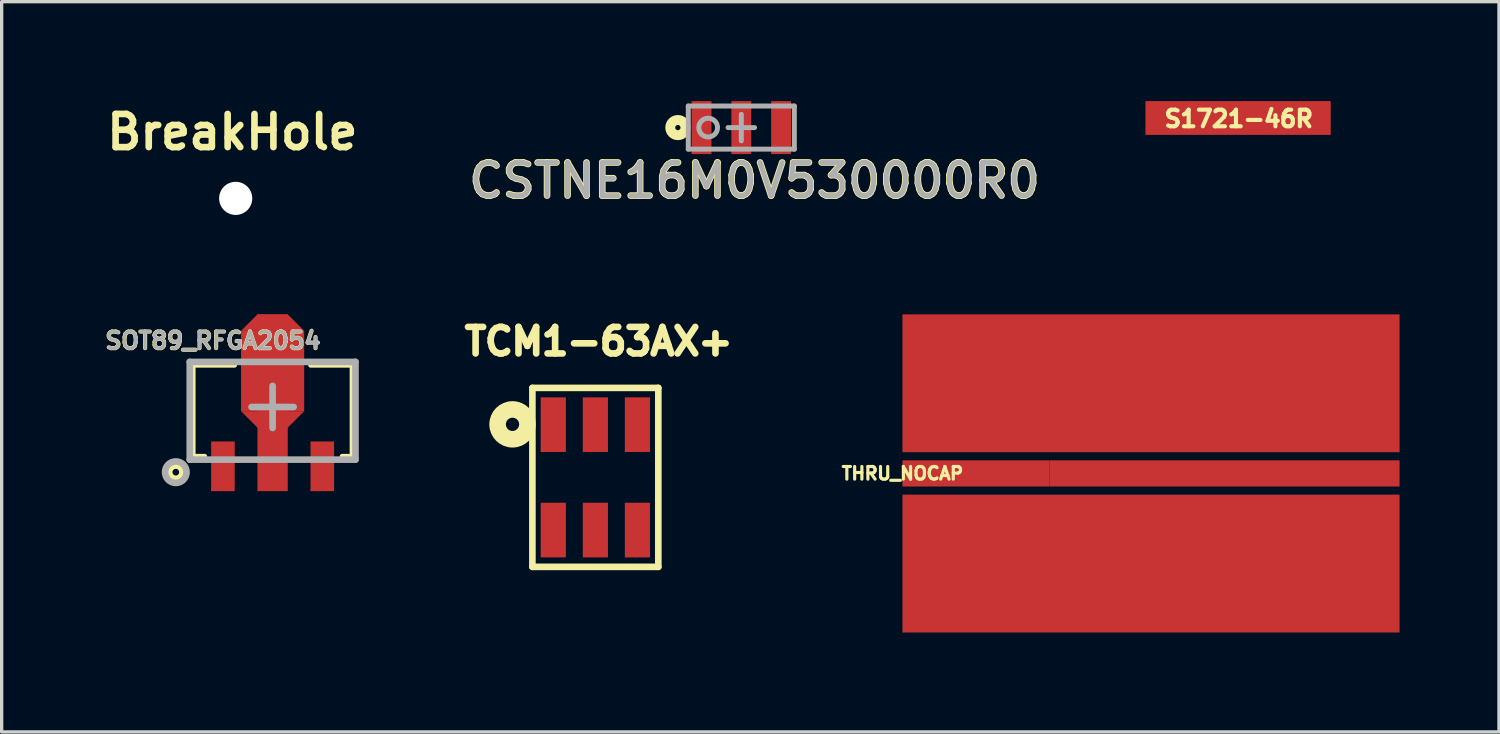
<source format=kicad_pcb>
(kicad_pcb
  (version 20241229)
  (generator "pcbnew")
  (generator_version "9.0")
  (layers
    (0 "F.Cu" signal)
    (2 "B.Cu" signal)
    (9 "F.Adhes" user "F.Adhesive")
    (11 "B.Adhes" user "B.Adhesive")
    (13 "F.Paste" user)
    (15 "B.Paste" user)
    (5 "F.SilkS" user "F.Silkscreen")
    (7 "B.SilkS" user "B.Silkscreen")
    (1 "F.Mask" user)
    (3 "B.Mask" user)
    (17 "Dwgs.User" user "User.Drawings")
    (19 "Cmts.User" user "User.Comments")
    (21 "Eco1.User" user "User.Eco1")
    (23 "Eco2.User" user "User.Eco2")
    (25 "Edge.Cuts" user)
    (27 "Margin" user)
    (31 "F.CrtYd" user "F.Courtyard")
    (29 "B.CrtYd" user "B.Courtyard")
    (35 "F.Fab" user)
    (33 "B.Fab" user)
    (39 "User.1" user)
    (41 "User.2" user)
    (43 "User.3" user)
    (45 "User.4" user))
  (footprint "CSTNE16M0V530000R0"
    (layer "F.Cu")
    (at 19.319 0.8)
    (property "Reference" "CSTNE16M0V530000R0" (at 0.4 1.6 0) (layer "F.SilkS") (effects (font (size 1 1) (thickness 0.2))))
    (attr smd)
    (fp_circle (center -1.914 0) (end -1.858 -0.056) (stroke (width 0.3) (type solid)) (fill no) (layer "F.SilkS"))
    (fp_line (start -1.6 -0.65) (end 1.6 -0.65) (stroke (width 0.15) (type solid)) (layer "F.Fab"))
    (fp_line (start -1.6 0.65) (end -1.6 -0.65) (stroke (width 0.15) (type solid)) (layer "F.Fab"))
    (fp_line (start -1.6 0.65) (end 1.6 0.65) (stroke (width 0.15) (type solid)) (layer "F.Fab"))
    (fp_line (start -0.4 0) (end 0.4 0) (stroke (width 0.15) (type solid)) (layer "F.Fab"))
    (fp_line (start 0 -0.4) (end 0 0.4) (stroke (width 0.15) (type solid)) (layer "F.Fab"))
    (fp_line (start 1.6 0.65) (end 1.6 -0.65) (stroke (width 0.15) (type solid)) (layer "F.Fab"))
    (fp_circle (center -1 0) (end -0.8 -0.2) (stroke (width 0.15) (type solid)) (fill no) (layer "F.Fab"))
    (fp_text user "${REFERENCE}" (at 0.4 1.6 0) (layer "F.Fab") (effects (font (size 1 1) (thickness 0.15))))
    (pad "1" smd rect (at -1.2 0) (size 0.6 1.6) (layers "F.Cu" "F.Mask" "F.Paste"))
    (pad "2" smd rect (at 0 0) (size 0.6 1.6) (layers "F.Cu" "F.Mask" "F.Paste"))
    (pad "3" smd rect (at 1.2 0) (size 0.6 1.6) (layers "F.Cu" "F.Mask" "F.Paste")))
  (footprint "TCM1-63AX+"
    (layer "F.Cu")
    (at 14.915 11.355)
    (property "Reference" "TCM1-63AX+" (at 0.1 -4.1 0) (layer "F.SilkS") (effects (font (size 0.8 0.8) (thickness 0.2))))
    (attr through_hole)
    (fp_line (start -1.9 -2.7) (end -1.9 2.7) (stroke (width 0.2) (type solid)) (layer "F.SilkS"))
    (fp_line (start -1.9 -2.7) (end 1.9 -2.7) (stroke (width 0.2) (type solid)) (layer "F.SilkS"))
    (fp_line (start 1.9 -2.7) (end 1.9 2.7) (stroke (width 0.2) (type solid)) (layer "F.SilkS"))
    (fp_line (start 1.9 2.7) (end -1.9 2.7) (stroke (width 0.2) (type solid)) (layer "F.SilkS"))
    (fp_circle (center -2.5 -1.6) (end -2.3 -1.6) (stroke (width 0.5) (type solid)) (fill no) (layer "F.SilkS"))
    (pad "1" smd rect (at -1.27 -1.59) (size 0.76 1.65) (layers "F.Cu" "F.Mask" "F.Paste"))
    (pad "2" smd rect (at 0 -1.59) (size 0.76 1.65) (layers "F.Cu" "F.Mask" "F.Paste"))
    (pad "3" smd rect (at 1.27 -1.59) (size 0.76 1.65) (layers "F.Cu" "F.Mask" "F.Paste"))
    (pad "4" smd rect (at 1.27 1.59) (size 0.76 1.65) (layers "F.Cu" "F.Mask" "F.Paste"))
    (pad "5" smd rect (at 0 1.59) (size 0.76 1.65) (layers "F.Cu" "F.Mask" "F.Paste"))
    (pad "6" smd rect (at -1.27 1.59) (size 0.76 1.65) (layers "F.Cu" "F.Mask" "F.Paste")))
  (footprint "SOT89_RFGA2054"
    (layer "F.Cu")
    (at 5.176 9.23)
    (property "Reference" "SOT89_RFGA2054" (at -1.8 -2 0) (layer "F.SilkS") (effects (font (size 0.5 0.5) (thickness 0.125))))
    (attr through_hole)
    (fp_line (start -2.4 -1.26) (end -1.15 -1.26) (stroke (width 0.15) (type solid)) (layer "F.SilkS"))
    (fp_line (start -2.4 1.49) (end -2.4 -1.26) (stroke (width 0.15) (type solid)) (layer "F.SilkS"))
    (fp_line (start -2.05 1.49) (end -2.4 1.49) (stroke (width 0.15) (type solid)) (layer "F.SilkS"))
    (fp_line (start 2.1 1.49) (end 2.4 1.49) (stroke (width 0.15) (type solid)) (layer "F.SilkS"))
    (fp_line (start 2.4 -1.26) (end 1.15 -1.26) (stroke (width 0.15) (type solid)) (layer "F.SilkS"))
    (fp_line (start 2.4 1.49) (end 2.4 -1.26) (stroke (width 0.15) (type solid)) (layer "F.SilkS"))
    (fp_circle (center -2.921 1.968) (end -2.731 2.032) (stroke (width 0.2) (type solid)) (fill no) (layer "F.SilkS"))
    (fp_line (start -2.5 -1.36) (end -2.5 1.59) (stroke (width 0.2) (type solid)) (layer "F.Fab"))
    (fp_line (start -2.5 1.59) (end 2.5 1.59) (stroke (width 0.2) (type solid)) (layer "F.Fab"))
    (fp_line (start -0.635 0) (end 0.635 0) (stroke (width 0.2) (type solid)) (layer "F.Fab"))
    (fp_line (start 0 -0.635) (end 0 0.635) (stroke (width 0.2) (type solid)) (layer "F.Fab"))
    (fp_line (start 2.5 -1.36) (end -2.5 -1.36) (stroke (width 0.2) (type solid)) (layer "F.Fab"))
    (fp_line (start 2.5 1.59) (end 2.5 -1.36) (stroke (width 0.2) (type solid)) (layer "F.Fab"))
    (fp_circle (center -2.921 1.968) (end -2.603 2.032) (stroke (width 0.2) (type solid)) (fill no) (layer "F.Fab"))
    (fp_text user "${REFERENCE}" (at -1.8 -2 0) (layer "F.Fab") (effects (font (size 0.5 0.5) (thickness 0.1))))
    (pad "1" smd rect (at -1.499 1.791) (size 0.711 1.499) (layers "F.Cu" "F.Mask" "F.Paste"))
    (pad "2" smd trapezoid (at 0 -2.546) (size 1.41 0.495) (rect_delta 0 0.495) (layers "F.Cu" "F.Mask" "F.Paste"))
    (pad "2" smd rect (at 0 -1.086) (size 1.905 2.426) (layers "F.Cu" "F.Mask" "F.Paste"))
    (pad "2" smd rect (at 0 -0.127) (size 0.914 5.334) (layers "F.Cu" "F.Mask" "F.Paste"))
    (pad "2" smd trapezoid (at 0 0.375 180) (size 1.41 0.495) (rect_delta 0 0.495) (layers "F.Cu" "F.Mask" "F.Paste"))
    (pad "3" smd rect (at 1.499 1.791) (size 0.711 1.499) (layers "F.Cu" "F.Mask" "F.Paste")))
  (footprint "BreakHole"
    (layer "F.Cu")
    (at 4.062 2.936)
    (property "Reference" "BreakHole" (at -0.1 -2 0) (layer "F.SilkS") (effects (font (size 1 1) (thickness 0.2))))
    (attr through_hole)
    (pad "" np_thru_hole circle (at 0 0) (size 1 1) (drill 1) (layers "*.Cu" "*.Mask")))
  (footprint "THRU_NOCAP"
    (layer "F.Cu")
    (at 24.182 11.236)
    (property "Reference" "THRU_NOCAP" (at 0 0 0) (layer "F.SilkS") (effects (font (size 0.381 0.381) (thickness 0.127))))
    (attr through_hole)
    (fp_poly (pts (xy 0 -0.64) (xy 0 -4.8) (xy 15 -4.8) (xy 15 -0.64)) (stroke (width 0) (type solid)) (fill yes) (layer "F.Cu"))
    (fp_poly (pts (xy 0 0.395) (xy 4.44 0.395) (xy 4.44 -0.395) (xy 0 -0.395)) (stroke (width 0) (type solid)) (fill yes) (layer "F.Cu"))
    (fp_poly (pts (xy 0 0.64) (xy 0 4.8) (xy 15 4.8) (xy 15 0.64)) (stroke (width 0) (type solid)) (fill yes) (layer "F.Cu"))
    (fp_poly (pts (xy 4.44 0.395) (xy 15 0.395) (xy 15 -0.395) (xy 4.44 -0.395)) (stroke (width 0) (type solid)) (fill yes) (layer "F.Cu")))
  (footprint "S1721-46R"
    (layer "F.Cu")
    (at 34.309 0.51)
    (property "Reference" "S1721-46R" (at 0.02 0.025 0) (layer "F.SilkS") (effects (font (size 0.5 0.5) (thickness 0.125))))
    (attr through_hole)
    (pad "" smd rect (at 0 0) (size 5.59 1.02) (layers "F.Cu" "F.Mask" "F.Paste")))
  (gr_rect
    (start -3 -3)
    (end 42.182 19.036)
    (stroke (width 0.1) (type default))
    (fill no)
    (layer "Edge.Cuts")))
</source>
